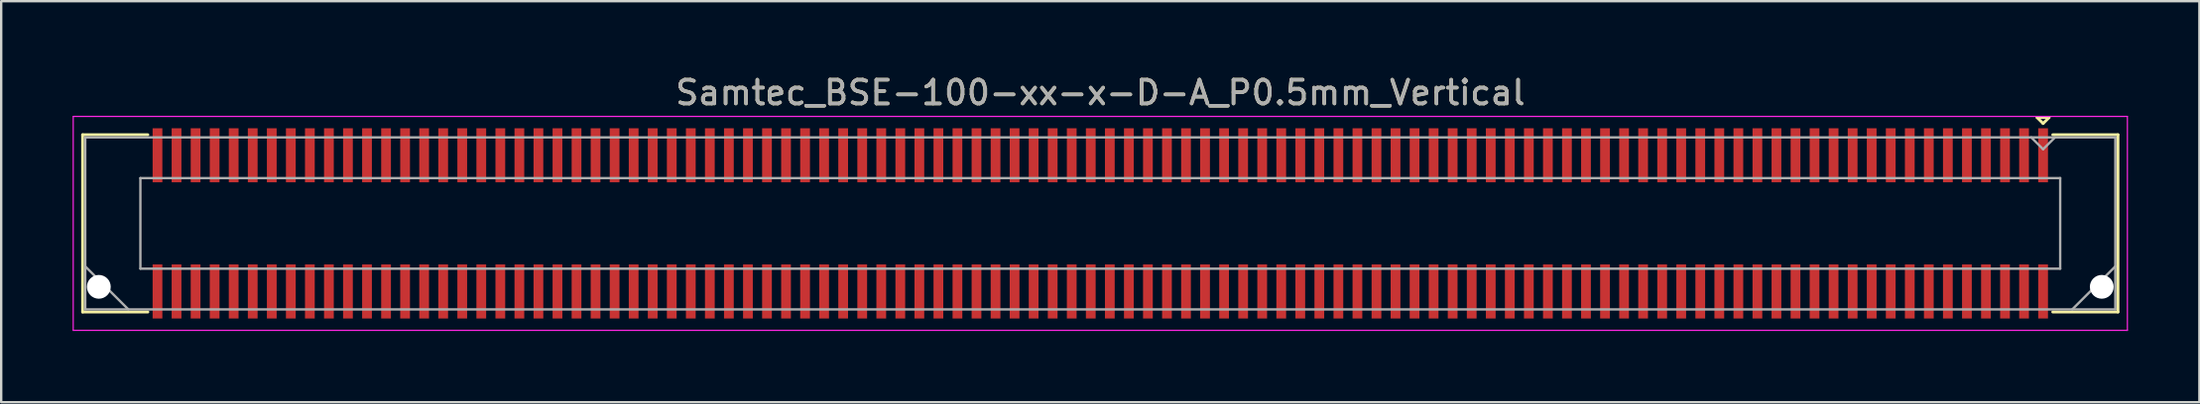
<source format=kicad_pcb>
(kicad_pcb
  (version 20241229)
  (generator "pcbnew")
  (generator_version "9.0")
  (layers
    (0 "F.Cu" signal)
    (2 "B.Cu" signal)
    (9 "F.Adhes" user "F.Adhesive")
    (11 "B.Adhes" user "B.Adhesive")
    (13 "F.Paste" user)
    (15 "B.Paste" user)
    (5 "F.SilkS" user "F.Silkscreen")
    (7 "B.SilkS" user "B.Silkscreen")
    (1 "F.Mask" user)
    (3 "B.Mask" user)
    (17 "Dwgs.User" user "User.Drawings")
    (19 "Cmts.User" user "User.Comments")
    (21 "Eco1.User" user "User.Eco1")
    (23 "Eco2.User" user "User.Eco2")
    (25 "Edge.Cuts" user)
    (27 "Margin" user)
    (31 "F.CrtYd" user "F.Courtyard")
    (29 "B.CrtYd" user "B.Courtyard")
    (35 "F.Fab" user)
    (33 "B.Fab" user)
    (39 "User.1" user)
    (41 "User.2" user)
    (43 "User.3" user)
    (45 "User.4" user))
  (footprint "Samtec_BSE-100-xx-x-D-A_P0.5mm_Vertical"
    (layer "F.Cu")
    (at 43.165 6.348)
    (property "Reference" "Samtec_BSE-100-xx-x-D-A_P0.5mm_Vertical" (at 0 -5.5 0) (layer "F.SilkS") (effects (font (size 1 1) (thickness 0.15))))
    (attr smd)
    (fp_line (start -42.745 -3.729) (end -40.005 -3.729) (stroke (width 0.12) (type solid)) (layer "F.SilkS"))
    (fp_line (start -42.745 3.729) (end -42.745 -3.729) (stroke (width 0.12) (type solid)) (layer "F.SilkS"))
    (fp_line (start -40.005 3.729) (end -42.745 3.729) (stroke (width 0.12) (type solid)) (layer "F.SilkS"))
    (fp_line (start 39.35 -4.452) (end 39.85 -4.452) (stroke (width 0.12) (type solid)) (layer "F.SilkS"))
    (fp_line (start 39.6 -4.202) (end 39.35 -4.452) (stroke (width 0.12) (type solid)) (layer "F.SilkS"))
    (fp_line (start 39.85 -4.452) (end 39.6 -4.202) (stroke (width 0.12) (type solid)) (layer "F.SilkS"))
    (fp_line (start 40.005 3.729) (end 42.745 3.729) (stroke (width 0.12) (type solid)) (layer "F.SilkS"))
    (fp_line (start 42.745 -3.729) (end 40.005 -3.729) (stroke (width 0.12) (type solid)) (layer "F.SilkS"))
    (fp_line (start 42.745 3.729) (end 42.745 -3.729) (stroke (width 0.12) (type solid)) (layer "F.SilkS"))
    (fp_line (start -43.14 -4.5) (end -43.14 4.5) (stroke (width 0.05) (type solid)) (layer "F.CrtYd"))
    (fp_line (start -43.14 4.5) (end 43.14 4.5) (stroke (width 0.05) (type solid)) (layer "F.CrtYd"))
    (fp_line (start 43.14 -4.5) (end -43.14 -4.5) (stroke (width 0.05) (type solid)) (layer "F.CrtYd"))
    (fp_line (start 43.14 4.5) (end 43.14 -4.5) (stroke (width 0.05) (type solid)) (layer "F.CrtYd"))
    (fp_line (start -42.635 -3.619) (end -42.635 3.619) (stroke (width 0.1) (type solid)) (layer "F.Fab"))
    (fp_line (start -42.635 1.81) (end -40.825 3.619) (stroke (width 0.1) (type solid)) (layer "F.Fab"))
    (fp_line (start -42.635 3.619) (end 42.635 3.619) (stroke (width 0.1) (type solid)) (layer "F.Fab"))
    (fp_line (start -40.318 -1.905) (end -40.318 1.905) (stroke (width 0.1) (type solid)) (layer "F.Fab"))
    (fp_line (start -40.318 1.905) (end 40.318 1.905) (stroke (width 0.1) (type solid)) (layer "F.Fab"))
    (fp_line (start 39.6 -3.119) (end 39.1 -3.619) (stroke (width 0.1) (type solid)) (layer "F.Fab"))
    (fp_line (start 40.1 -3.619) (end 39.6 -3.119) (stroke (width 0.1) (type solid)) (layer "F.Fab"))
    (fp_line (start 40.318 -1.905) (end -40.318 -1.905) (stroke (width 0.1) (type solid)) (layer "F.Fab"))
    (fp_line (start 40.318 1.905) (end 40.318 -1.905) (stroke (width 0.1) (type solid)) (layer "F.Fab"))
    (fp_line (start 42.635 -3.619) (end -42.635 -3.619) (stroke (width 0.1) (type solid)) (layer "F.Fab"))
    (fp_line (start 42.635 1.81) (end 40.825 3.619) (stroke (width 0.1) (type solid)) (layer "F.Fab"))
    (fp_line (start 42.635 3.619) (end 42.635 -3.619) (stroke (width 0.1) (type solid)) (layer "F.Fab"))
    (fp_text user "${REFERENCE}" (at 0 -5.5 0) (layer "F.Fab") (effects (font (size 1 1) (thickness 0.15))))
    (pad "" np_thru_hole circle (at -42.064 2.67) (size 1 1) (drill 1) (layers "*.Cu" "*.Mask"))
    (pad "" np_thru_hole circle (at 42.064 2.67) (size 1 1) (drill 1) (layers "*.Cu" "*.Mask"))
    (pad "1" smd rect (at 39.6 -2.865) (size 0.41 2.273) (layers "F.Cu" "F.Mask" "F.Paste"))
    (pad "2" smd rect (at 39.6 2.865) (size 0.41 2.273) (layers "F.Cu" "F.Mask" "F.Paste"))
    (pad "3" smd rect (at 38.8 -2.865) (size 0.41 2.273) (layers "F.Cu" "F.Mask" "F.Paste"))
    (pad "4" smd rect (at 38.8 2.865) (size 0.41 2.273) (layers "F.Cu" "F.Mask" "F.Paste"))
    (pad "5" smd rect (at 38 -2.865) (size 0.41 2.273) (layers "F.Cu" "F.Mask" "F.Paste"))
    (pad "6" smd rect (at 38 2.865) (size 0.41 2.273) (layers "F.Cu" "F.Mask" "F.Paste"))
    (pad "7" smd rect (at 37.2 -2.865) (size 0.41 2.273) (layers "F.Cu" "F.Mask" "F.Paste"))
    (pad "8" smd rect (at 37.2 2.865) (size 0.41 2.273) (layers "F.Cu" "F.Mask" "F.Paste"))
    (pad "9" smd rect (at 36.4 -2.865) (size 0.41 2.273) (layers "F.Cu" "F.Mask" "F.Paste"))
    (pad "10" smd rect (at 36.4 2.865) (size 0.41 2.273) (layers "F.Cu" "F.Mask" "F.Paste"))
    (pad "11" smd rect (at 35.6 -2.865) (size 0.41 2.273) (layers "F.Cu" "F.Mask" "F.Paste"))
    (pad "12" smd rect (at 35.6 2.865) (size 0.41 2.273) (layers "F.Cu" "F.Mask" "F.Paste"))
    (pad "13" smd rect (at 34.8 -2.865) (size 0.41 2.273) (layers "F.Cu" "F.Mask" "F.Paste"))
    (pad "14" smd rect (at 34.8 2.865) (size 0.41 2.273) (layers "F.Cu" "F.Mask" "F.Paste"))
    (pad "15" smd rect (at 34 -2.865) (size 0.41 2.273) (layers "F.Cu" "F.Mask" "F.Paste"))
    (pad "16" smd rect (at 34 2.865) (size 0.41 2.273) (layers "F.Cu" "F.Mask" "F.Paste"))
    (pad "17" smd rect (at 33.2 -2.865) (size 0.41 2.273) (layers "F.Cu" "F.Mask" "F.Paste"))
    (pad "18" smd rect (at 33.2 2.865) (size 0.41 2.273) (layers "F.Cu" "F.Mask" "F.Paste"))
    (pad "19" smd rect (at 32.4 -2.865) (size 0.41 2.273) (layers "F.Cu" "F.Mask" "F.Paste"))
    (pad "20" smd rect (at 32.4 2.865) (size 0.41 2.273) (layers "F.Cu" "F.Mask" "F.Paste"))
    (pad "21" smd rect (at 31.6 -2.865) (size 0.41 2.273) (layers "F.Cu" "F.Mask" "F.Paste"))
    (pad "22" smd rect (at 31.6 2.865) (size 0.41 2.273) (layers "F.Cu" "F.Mask" "F.Paste"))
    (pad "23" smd rect (at 30.8 -2.865) (size 0.41 2.273) (layers "F.Cu" "F.Mask" "F.Paste"))
    (pad "24" smd rect (at 30.8 2.865) (size 0.41 2.273) (layers "F.Cu" "F.Mask" "F.Paste"))
    (pad "25" smd rect (at 30 -2.865) (size 0.41 2.273) (layers "F.Cu" "F.Mask" "F.Paste"))
    (pad "26" smd rect (at 30 2.865) (size 0.41 2.273) (layers "F.Cu" "F.Mask" "F.Paste"))
    (pad "27" smd rect (at 29.2 -2.865) (size 0.41 2.273) (layers "F.Cu" "F.Mask" "F.Paste"))
    (pad "28" smd rect (at 29.2 2.865) (size 0.41 2.273) (layers "F.Cu" "F.Mask" "F.Paste"))
    (pad "29" smd rect (at 28.4 -2.865) (size 0.41 2.273) (layers "F.Cu" "F.Mask" "F.Paste"))
    (pad "30" smd rect (at 28.4 2.865) (size 0.41 2.273) (layers "F.Cu" "F.Mask" "F.Paste"))
    (pad "31" smd rect (at 27.6 -2.865) (size 0.41 2.273) (layers "F.Cu" "F.Mask" "F.Paste"))
    (pad "32" smd rect (at 27.6 2.865) (size 0.41 2.273) (layers "F.Cu" "F.Mask" "F.Paste"))
    (pad "33" smd rect (at 26.8 -2.865) (size 0.41 2.273) (layers "F.Cu" "F.Mask" "F.Paste"))
    (pad "34" smd rect (at 26.8 2.865) (size 0.41 2.273) (layers "F.Cu" "F.Mask" "F.Paste"))
    (pad "35" smd rect (at 26 -2.865) (size 0.41 2.273) (layers "F.Cu" "F.Mask" "F.Paste"))
    (pad "36" smd rect (at 26 2.865) (size 0.41 2.273) (layers "F.Cu" "F.Mask" "F.Paste"))
    (pad "37" smd rect (at 25.2 -2.865) (size 0.41 2.273) (layers "F.Cu" "F.Mask" "F.Paste"))
    (pad "38" smd rect (at 25.2 2.865) (size 0.41 2.273) (layers "F.Cu" "F.Mask" "F.Paste"))
    (pad "39" smd rect (at 24.4 -2.865) (size 0.41 2.273) (layers "F.Cu" "F.Mask" "F.Paste"))
    (pad "40" smd rect (at 24.4 2.865) (size 0.41 2.273) (layers "F.Cu" "F.Mask" "F.Paste"))
    (pad "41" smd rect (at 23.6 -2.865) (size 0.41 2.273) (layers "F.Cu" "F.Mask" "F.Paste"))
    (pad "42" smd rect (at 23.6 2.865) (size 0.41 2.273) (layers "F.Cu" "F.Mask" "F.Paste"))
    (pad "43" smd rect (at 22.8 -2.865) (size 0.41 2.273) (layers "F.Cu" "F.Mask" "F.Paste"))
    (pad "44" smd rect (at 22.8 2.865) (size 0.41 2.273) (layers "F.Cu" "F.Mask" "F.Paste"))
    (pad "45" smd rect (at 22 -2.865) (size 0.41 2.273) (layers "F.Cu" "F.Mask" "F.Paste"))
    (pad "46" smd rect (at 22 2.865) (size 0.41 2.273) (layers "F.Cu" "F.Mask" "F.Paste"))
    (pad "47" smd rect (at 21.2 -2.865) (size 0.41 2.273) (layers "F.Cu" "F.Mask" "F.Paste"))
    (pad "48" smd rect (at 21.2 2.865) (size 0.41 2.273) (layers "F.Cu" "F.Mask" "F.Paste"))
    (pad "49" smd rect (at 20.4 -2.865) (size 0.41 2.273) (layers "F.Cu" "F.Mask" "F.Paste"))
    (pad "50" smd rect (at 20.4 2.865) (size 0.41 2.273) (layers "F.Cu" "F.Mask" "F.Paste"))
    (pad "51" smd rect (at 19.6 -2.865) (size 0.41 2.273) (layers "F.Cu" "F.Mask" "F.Paste"))
    (pad "52" smd rect (at 19.6 2.865) (size 0.41 2.273) (layers "F.Cu" "F.Mask" "F.Paste"))
    (pad "53" smd rect (at 18.8 -2.865) (size 0.41 2.273) (layers "F.Cu" "F.Mask" "F.Paste"))
    (pad "54" smd rect (at 18.8 2.865) (size 0.41 2.273) (layers "F.Cu" "F.Mask" "F.Paste"))
    (pad "55" smd rect (at 18 -2.865) (size 0.41 2.273) (layers "F.Cu" "F.Mask" "F.Paste"))
    (pad "56" smd rect (at 18 2.865) (size 0.41 2.273) (layers "F.Cu" "F.Mask" "F.Paste"))
    (pad "57" smd rect (at 17.2 -2.865) (size 0.41 2.273) (layers "F.Cu" "F.Mask" "F.Paste"))
    (pad "58" smd rect (at 17.2 2.865) (size 0.41 2.273) (layers "F.Cu" "F.Mask" "F.Paste"))
    (pad "59" smd rect (at 16.4 -2.865) (size 0.41 2.273) (layers "F.Cu" "F.Mask" "F.Paste"))
    (pad "60" smd rect (at 16.4 2.865) (size 0.41 2.273) (layers "F.Cu" "F.Mask" "F.Paste"))
    (pad "61" smd rect (at 15.6 -2.865) (size 0.41 2.273) (layers "F.Cu" "F.Mask" "F.Paste"))
    (pad "62" smd rect (at 15.6 2.865) (size 0.41 2.273) (layers "F.Cu" "F.Mask" "F.Paste"))
    (pad "63" smd rect (at 14.8 -2.865) (size 0.41 2.273) (layers "F.Cu" "F.Mask" "F.Paste"))
    (pad "64" smd rect (at 14.8 2.865) (size 0.41 2.273) (layers "F.Cu" "F.Mask" "F.Paste"))
    (pad "65" smd rect (at 14 -2.865) (size 0.41 2.273) (layers "F.Cu" "F.Mask" "F.Paste"))
    (pad "66" smd rect (at 14 2.865) (size 0.41 2.273) (layers "F.Cu" "F.Mask" "F.Paste"))
    (pad "67" smd rect (at 13.2 -2.865) (size 0.41 2.273) (layers "F.Cu" "F.Mask" "F.Paste"))
    (pad "68" smd rect (at 13.2 2.865) (size 0.41 2.273) (layers "F.Cu" "F.Mask" "F.Paste"))
    (pad "69" smd rect (at 12.4 -2.865) (size 0.41 2.273) (layers "F.Cu" "F.Mask" "F.Paste"))
    (pad "70" smd rect (at 12.4 2.865) (size 0.41 2.273) (layers "F.Cu" "F.Mask" "F.Paste"))
    (pad "71" smd rect (at 11.6 -2.865) (size 0.41 2.273) (layers "F.Cu" "F.Mask" "F.Paste"))
    (pad "72" smd rect (at 11.6 2.865) (size 0.41 2.273) (layers "F.Cu" "F.Mask" "F.Paste"))
    (pad "73" smd rect (at 10.8 -2.865) (size 0.41 2.273) (layers "F.Cu" "F.Mask" "F.Paste"))
    (pad "74" smd rect (at 10.8 2.865) (size 0.41 2.273) (layers "F.Cu" "F.Mask" "F.Paste"))
    (pad "75" smd rect (at 10 -2.865) (size 0.41 2.273) (layers "F.Cu" "F.Mask" "F.Paste"))
    (pad "76" smd rect (at 10 2.865) (size 0.41 2.273) (layers "F.Cu" "F.Mask" "F.Paste"))
    (pad "77" smd rect (at 9.2 -2.865) (size 0.41 2.273) (layers "F.Cu" "F.Mask" "F.Paste"))
    (pad "78" smd rect (at 9.2 2.865) (size 0.41 2.273) (layers "F.Cu" "F.Mask" "F.Paste"))
    (pad "79" smd rect (at 8.4 -2.865) (size 0.41 2.273) (layers "F.Cu" "F.Mask" "F.Paste"))
    (pad "80" smd rect (at 8.4 2.865) (size 0.41 2.273) (layers "F.Cu" "F.Mask" "F.Paste"))
    (pad "81" smd rect (at 7.6 -2.865) (size 0.41 2.273) (layers "F.Cu" "F.Mask" "F.Paste"))
    (pad "82" smd rect (at 7.6 2.865) (size 0.41 2.273) (layers "F.Cu" "F.Mask" "F.Paste"))
    (pad "83" smd rect (at 6.8 -2.865) (size 0.41 2.273) (layers "F.Cu" "F.Mask" "F.Paste"))
    (pad "84" smd rect (at 6.8 2.865) (size 0.41 2.273) (layers "F.Cu" "F.Mask" "F.Paste"))
    (pad "85" smd rect (at 6 -2.865) (size 0.41 2.273) (layers "F.Cu" "F.Mask" "F.Paste"))
    (pad "86" smd rect (at 6 2.865) (size 0.41 2.273) (layers "F.Cu" "F.Mask" "F.Paste"))
    (pad "87" smd rect (at 5.2 -2.865) (size 0.41 2.273) (layers "F.Cu" "F.Mask" "F.Paste"))
    (pad "88" smd rect (at 5.2 2.865) (size 0.41 2.273) (layers "F.Cu" "F.Mask" "F.Paste"))
    (pad "89" smd rect (at 4.4 -2.865) (size 0.41 2.273) (layers "F.Cu" "F.Mask" "F.Paste"))
    (pad "90" smd rect (at 4.4 2.865) (size 0.41 2.273) (layers "F.Cu" "F.Mask" "F.Paste"))
    (pad "91" smd rect (at 3.6 -2.865) (size 0.41 2.273) (layers "F.Cu" "F.Mask" "F.Paste"))
    (pad "92" smd rect (at 3.6 2.865) (size 0.41 2.273) (layers "F.Cu" "F.Mask" "F.Paste"))
    (pad "93" smd rect (at 2.8 -2.865) (size 0.41 2.273) (layers "F.Cu" "F.Mask" "F.Paste"))
    (pad "94" smd rect (at 2.8 2.865) (size 0.41 2.273) (layers "F.Cu" "F.Mask" "F.Paste"))
    (pad "95" smd rect (at 2 -2.865) (size 0.41 2.273) (layers "F.Cu" "F.Mask" "F.Paste"))
    (pad "96" smd rect (at 2 2.865) (size 0.41 2.273) (layers "F.Cu" "F.Mask" "F.Paste"))
    (pad "97" smd rect (at 1.2 -2.865) (size 0.41 2.273) (layers "F.Cu" "F.Mask" "F.Paste"))
    (pad "98" smd rect (at 1.2 2.865) (size 0.41 2.273) (layers "F.Cu" "F.Mask" "F.Paste"))
    (pad "99" smd rect (at 0.4 -2.865) (size 0.41 2.273) (layers "F.Cu" "F.Mask" "F.Paste"))
    (pad "100" smd rect (at 0.4 2.865) (size 0.41 2.273) (layers "F.Cu" "F.Mask" "F.Paste"))
    (pad "101" smd rect (at -0.4 -2.865) (size 0.41 2.273) (layers "F.Cu" "F.Mask" "F.Paste"))
    (pad "102" smd rect (at -0.4 2.865) (size 0.41 2.273) (layers "F.Cu" "F.Mask" "F.Paste"))
    (pad "103" smd rect (at -1.2 -2.865) (size 0.41 2.273) (layers "F.Cu" "F.Mask" "F.Paste"))
    (pad "104" smd rect (at -1.2 2.865) (size 0.41 2.273) (layers "F.Cu" "F.Mask" "F.Paste"))
    (pad "105" smd rect (at -2 -2.865) (size 0.41 2.273) (layers "F.Cu" "F.Mask" "F.Paste"))
    (pad "106" smd rect (at -2 2.865) (size 0.41 2.273) (layers "F.Cu" "F.Mask" "F.Paste"))
    (pad "107" smd rect (at -2.8 -2.865) (size 0.41 2.273) (layers "F.Cu" "F.Mask" "F.Paste"))
    (pad "108" smd rect (at -2.8 2.865) (size 0.41 2.273) (layers "F.Cu" "F.Mask" "F.Paste"))
    (pad "109" smd rect (at -3.6 -2.865) (size 0.41 2.273) (layers "F.Cu" "F.Mask" "F.Paste"))
    (pad "110" smd rect (at -3.6 2.865) (size 0.41 2.273) (layers "F.Cu" "F.Mask" "F.Paste"))
    (pad "111" smd rect (at -4.4 -2.865) (size 0.41 2.273) (layers "F.Cu" "F.Mask" "F.Paste"))
    (pad "112" smd rect (at -4.4 2.865) (size 0.41 2.273) (layers "F.Cu" "F.Mask" "F.Paste"))
    (pad "113" smd rect (at -5.2 -2.865) (size 0.41 2.273) (layers "F.Cu" "F.Mask" "F.Paste"))
    (pad "114" smd rect (at -5.2 2.865) (size 0.41 2.273) (layers "F.Cu" "F.Mask" "F.Paste"))
    (pad "115" smd rect (at -6 -2.865) (size 0.41 2.273) (layers "F.Cu" "F.Mask" "F.Paste"))
    (pad "116" smd rect (at -6 2.865) (size 0.41 2.273) (layers "F.Cu" "F.Mask" "F.Paste"))
    (pad "117" smd rect (at -6.8 -2.865) (size 0.41 2.273) (layers "F.Cu" "F.Mask" "F.Paste"))
    (pad "118" smd rect (at -6.8 2.865) (size 0.41 2.273) (layers "F.Cu" "F.Mask" "F.Paste"))
    (pad "119" smd rect (at -7.6 -2.865) (size 0.41 2.273) (layers "F.Cu" "F.Mask" "F.Paste"))
    (pad "120" smd rect (at -7.6 2.865) (size 0.41 2.273) (layers "F.Cu" "F.Mask" "F.Paste"))
    (pad "121" smd rect (at -8.4 -2.865) (size 0.41 2.273) (layers "F.Cu" "F.Mask" "F.Paste"))
    (pad "122" smd rect (at -8.4 2.865) (size 0.41 2.273) (layers "F.Cu" "F.Mask" "F.Paste"))
    (pad "123" smd rect (at -9.2 -2.865) (size 0.41 2.273) (layers "F.Cu" "F.Mask" "F.Paste"))
    (pad "124" smd rect (at -9.2 2.865) (size 0.41 2.273) (layers "F.Cu" "F.Mask" "F.Paste"))
    (pad "125" smd rect (at -10 -2.865) (size 0.41 2.273) (layers "F.Cu" "F.Mask" "F.Paste"))
    (pad "126" smd rect (at -10 2.865) (size 0.41 2.273) (layers "F.Cu" "F.Mask" "F.Paste"))
    (pad "127" smd rect (at -10.8 -2.865) (size 0.41 2.273) (layers "F.Cu" "F.Mask" "F.Paste"))
    (pad "128" smd rect (at -10.8 2.865) (size 0.41 2.273) (layers "F.Cu" "F.Mask" "F.Paste"))
    (pad "129" smd rect (at -11.6 -2.865) (size 0.41 2.273) (layers "F.Cu" "F.Mask" "F.Paste"))
    (pad "130" smd rect (at -11.6 2.865) (size 0.41 2.273) (layers "F.Cu" "F.Mask" "F.Paste"))
    (pad "131" smd rect (at -12.4 -2.865) (size 0.41 2.273) (layers "F.Cu" "F.Mask" "F.Paste"))
    (pad "132" smd rect (at -12.4 2.865) (size 0.41 2.273) (layers "F.Cu" "F.Mask" "F.Paste"))
    (pad "133" smd rect (at -13.2 -2.865) (size 0.41 2.273) (layers "F.Cu" "F.Mask" "F.Paste"))
    (pad "134" smd rect (at -13.2 2.865) (size 0.41 2.273) (layers "F.Cu" "F.Mask" "F.Paste"))
    (pad "135" smd rect (at -14 -2.865) (size 0.41 2.273) (layers "F.Cu" "F.Mask" "F.Paste"))
    (pad "136" smd rect (at -14 2.865) (size 0.41 2.273) (layers "F.Cu" "F.Mask" "F.Paste"))
    (pad "137" smd rect (at -14.8 -2.865) (size 0.41 2.273) (layers "F.Cu" "F.Mask" "F.Paste"))
    (pad "138" smd rect (at -14.8 2.865) (size 0.41 2.273) (layers "F.Cu" "F.Mask" "F.Paste"))
    (pad "139" smd rect (at -15.6 -2.865) (size 0.41 2.273) (layers "F.Cu" "F.Mask" "F.Paste"))
    (pad "140" smd rect (at -15.6 2.865) (size 0.41 2.273) (layers "F.Cu" "F.Mask" "F.Paste"))
    (pad "141" smd rect (at -16.4 -2.865) (size 0.41 2.273) (layers "F.Cu" "F.Mask" "F.Paste"))
    (pad "142" smd rect (at -16.4 2.865) (size 0.41 2.273) (layers "F.Cu" "F.Mask" "F.Paste"))
    (pad "143" smd rect (at -17.2 -2.865) (size 0.41 2.273) (layers "F.Cu" "F.Mask" "F.Paste"))
    (pad "144" smd rect (at -17.2 2.865) (size 0.41 2.273) (layers "F.Cu" "F.Mask" "F.Paste"))
    (pad "145" smd rect (at -18 -2.865) (size 0.41 2.273) (layers "F.Cu" "F.Mask" "F.Paste"))
    (pad "146" smd rect (at -18 2.865) (size 0.41 2.273) (layers "F.Cu" "F.Mask" "F.Paste"))
    (pad "147" smd rect (at -18.8 -2.865) (size 0.41 2.273) (layers "F.Cu" "F.Mask" "F.Paste"))
    (pad "148" smd rect (at -18.8 2.865) (size 0.41 2.273) (layers "F.Cu" "F.Mask" "F.Paste"))
    (pad "149" smd rect (at -19.6 -2.865) (size 0.41 2.273) (layers "F.Cu" "F.Mask" "F.Paste"))
    (pad "150" smd rect (at -19.6 2.865) (size 0.41 2.273) (layers "F.Cu" "F.Mask" "F.Paste"))
    (pad "151" smd rect (at -20.4 -2.865) (size 0.41 2.273) (layers "F.Cu" "F.Mask" "F.Paste"))
    (pad "152" smd rect (at -20.4 2.865) (size 0.41 2.273) (layers "F.Cu" "F.Mask" "F.Paste"))
    (pad "153" smd rect (at -21.2 -2.865) (size 0.41 2.273) (layers "F.Cu" "F.Mask" "F.Paste"))
    (pad "154" smd rect (at -21.2 2.865) (size 0.41 2.273) (layers "F.Cu" "F.Mask" "F.Paste"))
    (pad "155" smd rect (at -22 -2.865) (size 0.41 2.273) (layers "F.Cu" "F.Mask" "F.Paste"))
    (pad "156" smd rect (at -22 2.865) (size 0.41 2.273) (layers "F.Cu" "F.Mask" "F.Paste"))
    (pad "157" smd rect (at -22.8 -2.865) (size 0.41 2.273) (layers "F.Cu" "F.Mask" "F.Paste"))
    (pad "158" smd rect (at -22.8 2.865) (size 0.41 2.273) (layers "F.Cu" "F.Mask" "F.Paste"))
    (pad "159" smd rect (at -23.6 -2.865) (size 0.41 2.273) (layers "F.Cu" "F.Mask" "F.Paste"))
    (pad "160" smd rect (at -23.6 2.865) (size 0.41 2.273) (layers "F.Cu" "F.Mask" "F.Paste"))
    (pad "161" smd rect (at -24.4 -2.865) (size 0.41 2.273) (layers "F.Cu" "F.Mask" "F.Paste"))
    (pad "162" smd rect (at -24.4 2.865) (size 0.41 2.273) (layers "F.Cu" "F.Mask" "F.Paste"))
    (pad "163" smd rect (at -25.2 -2.865) (size 0.41 2.273) (layers "F.Cu" "F.Mask" "F.Paste"))
    (pad "164" smd rect (at -25.2 2.865) (size 0.41 2.273) (layers "F.Cu" "F.Mask" "F.Paste"))
    (pad "165" smd rect (at -26 -2.865) (size 0.41 2.273) (layers "F.Cu" "F.Mask" "F.Paste"))
    (pad "166" smd rect (at -26 2.865) (size 0.41 2.273) (layers "F.Cu" "F.Mask" "F.Paste"))
    (pad "167" smd rect (at -26.8 -2.865) (size 0.41 2.273) (layers "F.Cu" "F.Mask" "F.Paste"))
    (pad "168" smd rect (at -26.8 2.865) (size 0.41 2.273) (layers "F.Cu" "F.Mask" "F.Paste"))
    (pad "169" smd rect (at -27.6 -2.865) (size 0.41 2.273) (layers "F.Cu" "F.Mask" "F.Paste"))
    (pad "170" smd rect (at -27.6 2.865) (size 0.41 2.273) (layers "F.Cu" "F.Mask" "F.Paste"))
    (pad "171" smd rect (at -28.4 -2.865) (size 0.41 2.273) (layers "F.Cu" "F.Mask" "F.Paste"))
    (pad "172" smd rect (at -28.4 2.865) (size 0.41 2.273) (layers "F.Cu" "F.Mask" "F.Paste"))
    (pad "173" smd rect (at -29.2 -2.865) (size 0.41 2.273) (layers "F.Cu" "F.Mask" "F.Paste"))
    (pad "174" smd rect (at -29.2 2.865) (size 0.41 2.273) (layers "F.Cu" "F.Mask" "F.Paste"))
    (pad "175" smd rect (at -30 -2.865) (size 0.41 2.273) (layers "F.Cu" "F.Mask" "F.Paste"))
    (pad "176" smd rect (at -30 2.865) (size 0.41 2.273) (layers "F.Cu" "F.Mask" "F.Paste"))
    (pad "177" smd rect (at -30.8 -2.865) (size 0.41 2.273) (layers "F.Cu" "F.Mask" "F.Paste"))
    (pad "178" smd rect (at -30.8 2.865) (size 0.41 2.273) (layers "F.Cu" "F.Mask" "F.Paste"))
    (pad "179" smd rect (at -31.6 -2.865) (size 0.41 2.273) (layers "F.Cu" "F.Mask" "F.Paste"))
    (pad "180" smd rect (at -31.6 2.865) (size 0.41 2.273) (layers "F.Cu" "F.Mask" "F.Paste"))
    (pad "181" smd rect (at -32.4 -2.865) (size 0.41 2.273) (layers "F.Cu" "F.Mask" "F.Paste"))
    (pad "182" smd rect (at -32.4 2.865) (size 0.41 2.273) (layers "F.Cu" "F.Mask" "F.Paste"))
    (pad "183" smd rect (at -33.2 -2.865) (size 0.41 2.273) (layers "F.Cu" "F.Mask" "F.Paste"))
    (pad "184" smd rect (at -33.2 2.865) (size 0.41 2.273) (layers "F.Cu" "F.Mask" "F.Paste"))
    (pad "185" smd rect (at -34 -2.865) (size 0.41 2.273) (layers "F.Cu" "F.Mask" "F.Paste"))
    (pad "186" smd rect (at -34 2.865) (size 0.41 2.273) (layers "F.Cu" "F.Mask" "F.Paste"))
    (pad "187" smd rect (at -34.8 -2.865) (size 0.41 2.273) (layers "F.Cu" "F.Mask" "F.Paste"))
    (pad "188" smd rect (at -34.8 2.865) (size 0.41 2.273) (layers "F.Cu" "F.Mask" "F.Paste"))
    (pad "189" smd rect (at -35.6 -2.865) (size 0.41 2.273) (layers "F.Cu" "F.Mask" "F.Paste"))
    (pad "190" smd rect (at -35.6 2.865) (size 0.41 2.273) (layers "F.Cu" "F.Mask" "F.Paste"))
    (pad "191" smd rect (at -36.4 -2.865) (size 0.41 2.273) (layers "F.Cu" "F.Mask" "F.Paste"))
    (pad "192" smd rect (at -36.4 2.865) (size 0.41 2.273) (layers "F.Cu" "F.Mask" "F.Paste"))
    (pad "193" smd rect (at -37.2 -2.865) (size 0.41 2.273) (layers "F.Cu" "F.Mask" "F.Paste"))
    (pad "194" smd rect (at -37.2 2.865) (size 0.41 2.273) (layers "F.Cu" "F.Mask" "F.Paste"))
    (pad "195" smd rect (at -38 -2.865) (size 0.41 2.273) (layers "F.Cu" "F.Mask" "F.Paste"))
    (pad "196" smd rect (at -38 2.865) (size 0.41 2.273) (layers "F.Cu" "F.Mask" "F.Paste"))
    (pad "197" smd rect (at -38.8 -2.865) (size 0.41 2.273) (layers "F.Cu" "F.Mask" "F.Paste"))
    (pad "198" smd rect (at -38.8 2.865) (size 0.41 2.273) (layers "F.Cu" "F.Mask" "F.Paste"))
    (pad "199" smd rect (at -39.6 -2.865) (size 0.41 2.273) (layers "F.Cu" "F.Mask" "F.Paste"))
    (pad "200" smd rect (at -39.6 2.865) (size 0.41 2.273) (layers "F.Cu" "F.Mask" "F.Paste")))
  (gr_rect
    (start -3 -3)
    (end 89.33 13.873)
    (stroke (width 0.1) (type default))
    (fill no)
    (layer "Edge.Cuts")))
</source>
